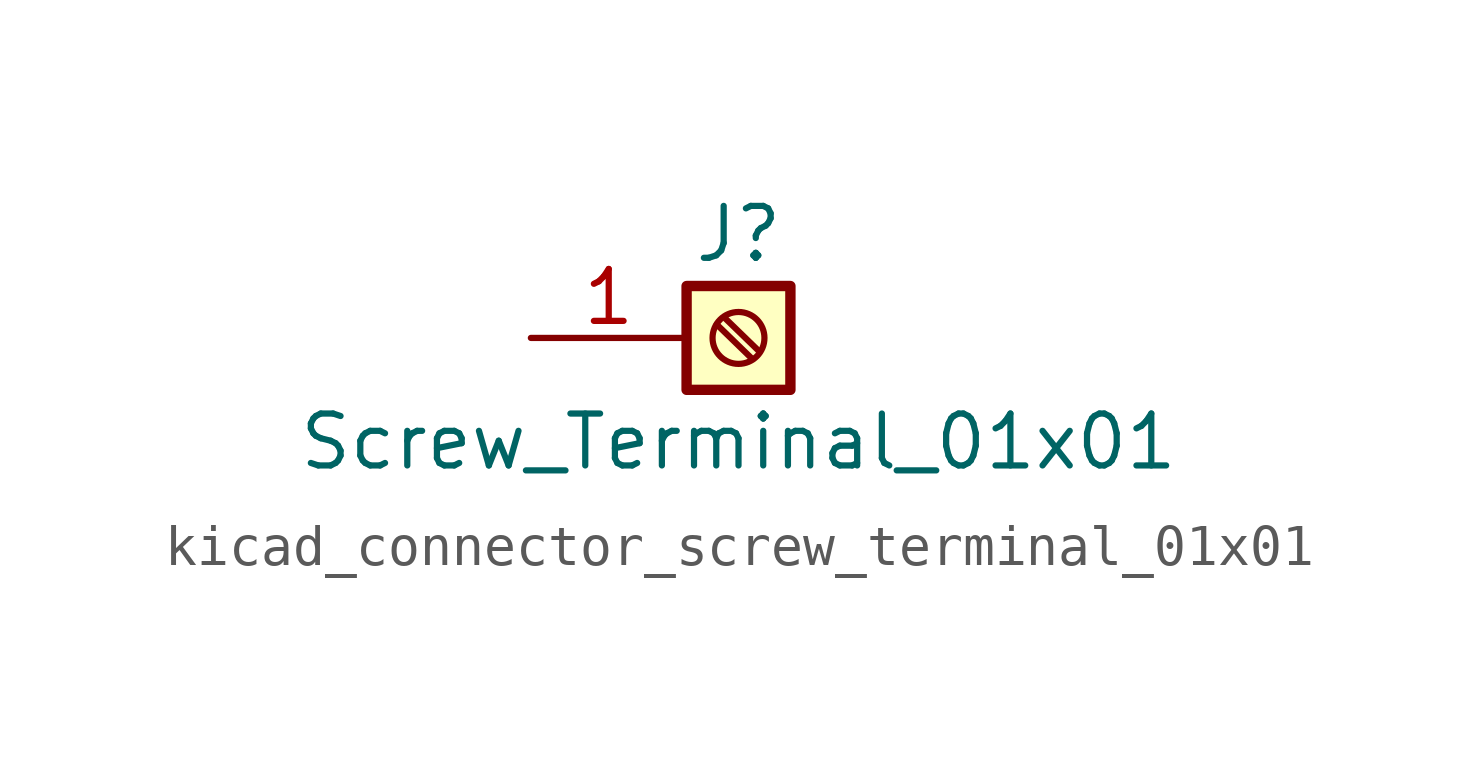
<source format=kicad_sym>
(kicad_symbol_lib
  (version 20220914)
  (generator kicad_symbol_editor)
  (symbol "kicad_connector_screw_terminal_01x01"
    (pin_names
      (offset 1.016) hide)
    (property "Reference" "J"
      (at 0 2.54 0)
      (effects (font (size 1.27 1.27))))
    (property "Value" "Screw_Terminal_01x01"
      (at 0 -2.54 0)
      (effects (font (size 1.27 1.27))))
    (symbol "kicad_connector_screw_terminal_01x01_1_1"
      (rectangle (start -1.27 1.27) (end 1.27 -1.27) (stroke (width 0.254) (type default)) (fill (type background)))
      (polyline (pts (xy -0.533 0.33) (xy 0.33 -0.508)) (stroke (width 0.152) (type default)) (fill (type none)))
      (polyline (pts (xy -0.356 0.508) (xy 0.508 -0.33)) (stroke (width 0.152) (type default)) (fill (type none)))
      (circle (center 0 0) (radius 0.635) (stroke (width 0.152) (type default)) (fill (type none)))
      (pin passive line (at -5.08 0 0) (length 3.81) (name "Pin_1" (effects (font (size 1.27 1.27)))) (number "1" (effects (font (size 1.27 1.27))))))))
</source>
